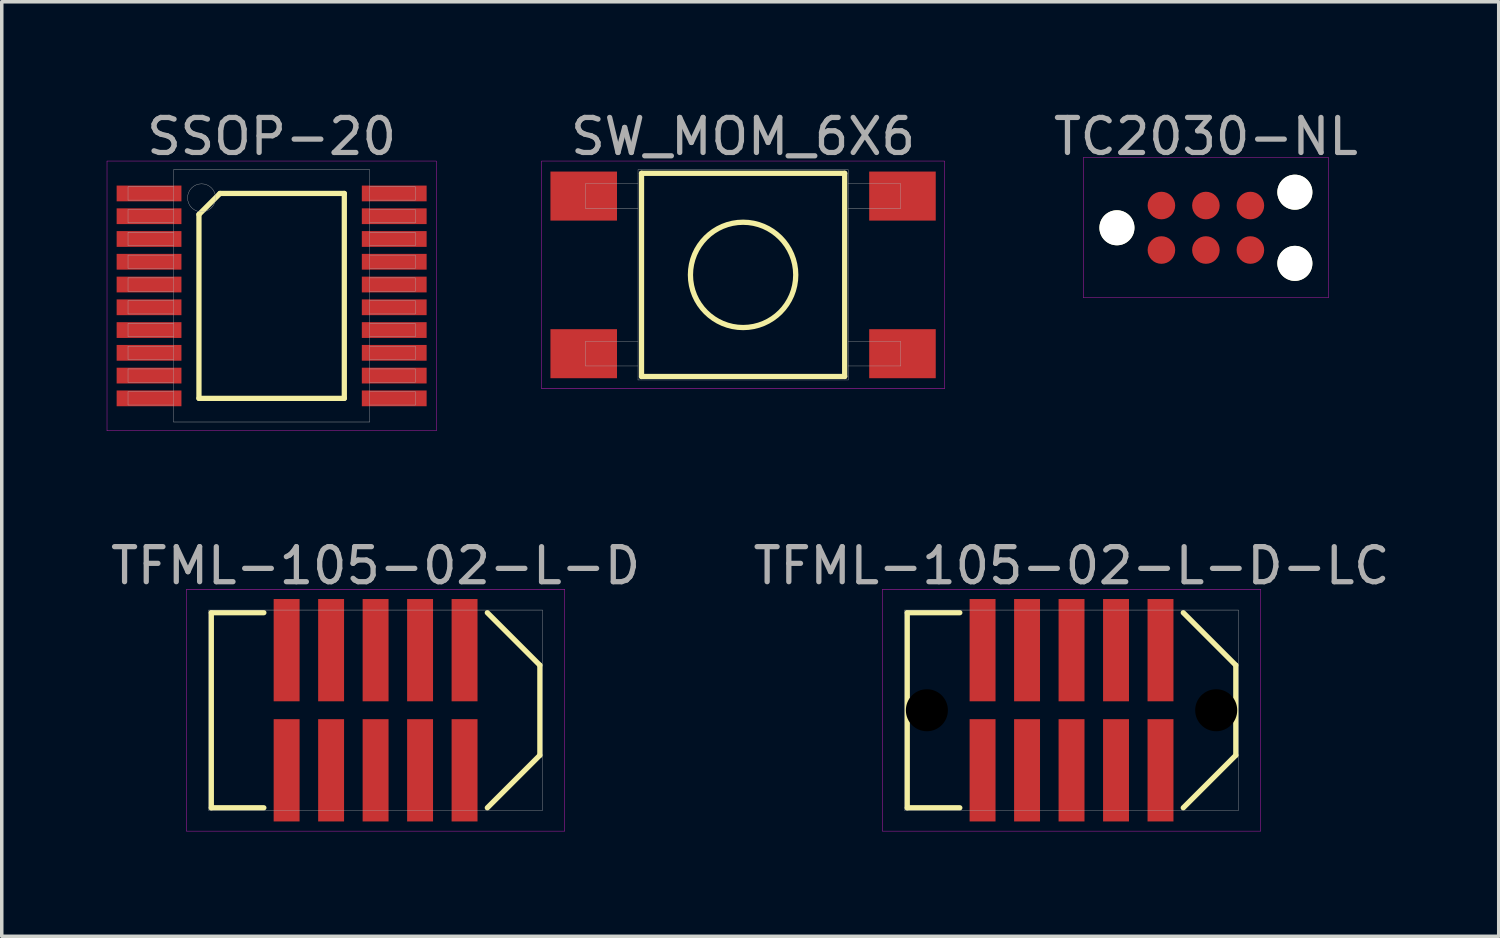
<source format=kicad_pcb>
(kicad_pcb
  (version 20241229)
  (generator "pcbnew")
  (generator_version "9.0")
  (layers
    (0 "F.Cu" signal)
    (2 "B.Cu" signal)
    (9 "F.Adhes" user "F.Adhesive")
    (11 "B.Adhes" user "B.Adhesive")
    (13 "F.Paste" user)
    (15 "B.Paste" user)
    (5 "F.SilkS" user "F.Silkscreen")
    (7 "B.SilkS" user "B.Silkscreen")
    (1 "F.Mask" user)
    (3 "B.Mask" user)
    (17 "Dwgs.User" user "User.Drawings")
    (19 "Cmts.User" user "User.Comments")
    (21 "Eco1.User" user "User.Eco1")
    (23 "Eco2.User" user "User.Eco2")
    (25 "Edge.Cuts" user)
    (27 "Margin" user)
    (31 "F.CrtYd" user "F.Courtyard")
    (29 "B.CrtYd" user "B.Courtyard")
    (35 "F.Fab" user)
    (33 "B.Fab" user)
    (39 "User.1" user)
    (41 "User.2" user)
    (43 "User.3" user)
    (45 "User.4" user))
  (footprint "TC2030-NL"
    (layer "F.Cu")
    (at 31.378 3.448)
    (property "Reference" "TC2030-NL" (at 0 -2.6 0) (layer "F.Fab") (effects (font (size 1 1) (thickness 0.15))))
    (attr through_hole)
    (fp_line (start -3.5 -2) (end 3.5 -2) (stroke (width 0.01) (type solid)) (layer "F.CrtYd"))
    (fp_line (start -3.5 2) (end -3.5 -2) (stroke (width 0.01) (type solid)) (layer "F.CrtYd"))
    (fp_line (start 3.5 -2) (end 3.5 2) (stroke (width 0.01) (type solid)) (layer "F.CrtYd"))
    (fp_line (start 3.5 2) (end -3.5 2) (stroke (width 0.01) (type solid)) (layer "F.CrtYd"))
    (pad "" np_thru_hole circle (at -2.54 0.005) (size 1 1) (drill 1) (layers "*.Cu" "*.Mask" "F.SilkS"))
    (pad "" np_thru_hole circle (at 2.54 -1.011) (size 1 1) (drill 1) (layers "*.Cu" "*.Mask" "F.SilkS"))
    (pad "" np_thru_hole circle (at 2.54 1.021) (size 1 1) (drill 1) (layers "*.Cu" "*.Mask" "F.SilkS"))
    (pad "1" smd circle (at -1.27 0.64) (size 0.787 0.787) (layers "F.Cu" "F.Mask"))
    (pad "2" smd circle (at -1.27 -0.63) (size 0.787 0.787) (layers "F.Cu" "F.Mask"))
    (pad "3" smd circle (at 0 0.64) (size 0.787 0.787) (layers "F.Cu" "F.Mask"))
    (pad "4" smd circle (at 0 -0.63) (size 0.787 0.787) (layers "F.Cu" "F.Mask"))
    (pad "5" smd circle (at 1.27 0.64) (size 0.787 0.787) (layers "F.Cu" "F.Mask"))
    (pad "6" smd circle (at 1.27 -0.63) (size 0.787 0.787) (layers "F.Cu" "F.Mask")))
  (footprint "TFML-105-02-L-D-LC"
    (layer "F.Cu")
    (at 27.542 17.227)
    (property "Reference" "TFML-105-02-L-D-LC" (at 0 -4.125 0) (layer "F.Fab") (effects (font (size 1 1) (thickness 0.15))))
    (attr through_hole)
    (fp_line (start -4.69 -2.785) (end -4.69 2.785) (stroke (width 0.15) (type solid)) (layer "F.SilkS"))
    (fp_line (start -4.69 2.785) (end -3.19 2.785) (stroke (width 0.15) (type solid)) (layer "F.SilkS"))
    (fp_line (start -3.19 -2.785) (end -4.69 -2.785) (stroke (width 0.15) (type solid)) (layer "F.SilkS"))
    (fp_line (start 3.19 2.785) (end 4.69 1.285) (stroke (width 0.15) (type solid)) (layer "F.SilkS"))
    (fp_line (start 4.69 -1.285) (end 3.19 -2.785) (stroke (width 0.15) (type solid)) (layer "F.SilkS"))
    (fp_line (start 4.69 1.285) (end 4.69 -1.285) (stroke (width 0.15) (type solid)) (layer "F.SilkS"))
    (fp_line (start -5.4 -3.45) (end 5.4 -3.45) (stroke (width 0.01) (type solid)) (layer "F.CrtYd"))
    (fp_line (start -5.4 3.45) (end -5.4 -3.45) (stroke (width 0.01) (type solid)) (layer "F.CrtYd"))
    (fp_line (start 5.4 -3.45) (end 5.4 3.45) (stroke (width 0.01) (type solid)) (layer "F.CrtYd"))
    (fp_line (start 5.4 3.45) (end -5.4 3.45) (stroke (width 0.01) (type solid)) (layer "F.CrtYd"))
    (fp_line (start -4.765 -2.86) (end 4.765 -2.86) (stroke (width 0.01) (type solid)) (layer "F.Fab"))
    (fp_line (start -4.765 2.86) (end -4.765 -2.86) (stroke (width 0.01) (type solid)) (layer "F.Fab"))
    (fp_line (start 4.765 -2.86) (end 4.765 2.86) (stroke (width 0.01) (type solid)) (layer "F.Fab"))
    (fp_line (start 4.765 2.86) (end -4.765 2.86) (stroke (width 0.01) (type solid)) (layer "F.Fab"))
    (pad "" np_thru_hole circle (at -4.13 0) (size 1.2 1.2) (drill 1.2) (layers "*.Mask"))
    (pad "" np_thru_hole circle (at 4.13 0) (size 1.2 1.2) (drill 1.2) (layers "*.Mask"))
    (pad "1" smd rect (at -2.54 1.715) (size 0.74 2.92) (layers "F.Cu" "F.Mask" "F.Paste"))
    (pad "2" smd rect (at -2.54 -1.715) (size 0.74 2.92) (layers "F.Cu" "F.Mask" "F.Paste"))
    (pad "3" smd rect (at -1.27 1.715) (size 0.74 2.92) (layers "F.Cu" "F.Mask" "F.Paste"))
    (pad "4" smd rect (at -1.27 -1.715) (size 0.74 2.92) (layers "F.Cu" "F.Mask" "F.Paste"))
    (pad "5" smd rect (at 0 1.715) (size 0.74 2.92) (layers "F.Cu" "F.Mask" "F.Paste"))
    (pad "6" smd rect (at 0 -1.715) (size 0.74 2.92) (layers "F.Cu" "F.Mask" "F.Paste"))
    (pad "7" smd rect (at 1.27 1.715) (size 0.74 2.92) (layers "F.Cu" "F.Mask" "F.Paste"))
    (pad "8" smd rect (at 1.27 -1.715) (size 0.74 2.92) (layers "F.Cu" "F.Mask" "F.Paste"))
    (pad "9" smd rect (at 2.54 1.715) (size 0.74 2.92) (layers "F.Cu" "F.Mask" "F.Paste"))
    (pad "10" smd rect (at 2.54 -1.715) (size 0.74 2.92) (layers "F.Cu" "F.Mask" "F.Paste")))
  (footprint "SSOP-20"
    (layer "F.Cu")
    (at 4.705 5.398)
    (property "Reference" "SSOP-20" (at 0 -4.55 0) (layer "F.Fab") (effects (font (size 1 1) (thickness 0.15))))
    (attr through_hole)
    (fp_line (start -2.075 -2.325) (end -1.475 -2.925) (stroke (width 0.15) (type solid)) (layer "F.SilkS"))
    (fp_line (start -2.075 2.925) (end -2.075 -2.325) (stroke (width 0.15) (type solid)) (layer "F.SilkS"))
    (fp_line (start -1.475 -2.925) (end 2.075 -2.925) (stroke (width 0.15) (type solid)) (layer "F.SilkS"))
    (fp_line (start 2.075 -2.925) (end 2.075 2.925) (stroke (width 0.15) (type solid)) (layer "F.SilkS"))
    (fp_line (start 2.075 2.925) (end -2.075 2.925) (stroke (width 0.15) (type solid)) (layer "F.SilkS"))
    (fp_line (start -4.7 -3.85) (end 4.7 -3.85) (stroke (width 0.01) (type solid)) (layer "F.CrtYd"))
    (fp_line (start -4.7 3.85) (end -4.7 -3.85) (stroke (width 0.01) (type solid)) (layer "F.CrtYd"))
    (fp_line (start 4.7 -3.85) (end 4.7 3.85) (stroke (width 0.01) (type solid)) (layer "F.CrtYd"))
    (fp_line (start 4.7 3.85) (end -4.7 3.85) (stroke (width 0.01) (type solid)) (layer "F.CrtYd"))
    (fp_line (start -4.1 -3.115) (end -2.8 -3.115) (stroke (width 0.01) (type solid)) (layer "F.Fab"))
    (fp_line (start -4.1 -2.735) (end -4.1 -3.115) (stroke (width 0.01) (type solid)) (layer "F.Fab"))
    (fp_line (start -4.1 -2.465) (end -2.8 -2.465) (stroke (width 0.01) (type solid)) (layer "F.Fab"))
    (fp_line (start -4.1 -2.085) (end -4.1 -2.465) (stroke (width 0.01) (type solid)) (layer "F.Fab"))
    (fp_line (start -4.1 -1.815) (end -2.8 -1.815) (stroke (width 0.01) (type solid)) (layer "F.Fab"))
    (fp_line (start -4.1 -1.435) (end -4.1 -1.815) (stroke (width 0.01) (type solid)) (layer "F.Fab"))
    (fp_line (start -4.1 -1.165) (end -2.8 -1.165) (stroke (width 0.01) (type solid)) (layer "F.Fab"))
    (fp_line (start -4.1 -0.785) (end -4.1 -1.165) (stroke (width 0.01) (type solid)) (layer "F.Fab"))
    (fp_line (start -4.1 -0.515) (end -2.8 -0.515) (stroke (width 0.01) (type solid)) (layer "F.Fab"))
    (fp_line (start -4.1 -0.135) (end -4.1 -0.515) (stroke (width 0.01) (type solid)) (layer "F.Fab"))
    (fp_line (start -4.1 0.135) (end -2.8 0.135) (stroke (width 0.01) (type solid)) (layer "F.Fab"))
    (fp_line (start -4.1 0.515) (end -4.1 0.135) (stroke (width 0.01) (type solid)) (layer "F.Fab"))
    (fp_line (start -4.1 0.785) (end -2.8 0.785) (stroke (width 0.01) (type solid)) (layer "F.Fab"))
    (fp_line (start -4.1 1.165) (end -4.1 0.785) (stroke (width 0.01) (type solid)) (layer "F.Fab"))
    (fp_line (start -4.1 1.435) (end -2.8 1.435) (stroke (width 0.01) (type solid)) (layer "F.Fab"))
    (fp_line (start -4.1 1.815) (end -4.1 1.435) (stroke (width 0.01) (type solid)) (layer "F.Fab"))
    (fp_line (start -4.1 2.085) (end -2.8 2.085) (stroke (width 0.01) (type solid)) (layer "F.Fab"))
    (fp_line (start -4.1 2.465) (end -4.1 2.085) (stroke (width 0.01) (type solid)) (layer "F.Fab"))
    (fp_line (start -4.1 2.735) (end -2.8 2.735) (stroke (width 0.01) (type solid)) (layer "F.Fab"))
    (fp_line (start -4.1 3.115) (end -4.1 2.735) (stroke (width 0.01) (type solid)) (layer "F.Fab"))
    (fp_line (start -2.8 -3.6) (end 2.8 -3.6) (stroke (width 0.01) (type solid)) (layer "F.Fab"))
    (fp_line (start -2.8 -2.735) (end -4.1 -2.735) (stroke (width 0.01) (type solid)) (layer "F.Fab"))
    (fp_line (start -2.8 -2.085) (end -4.1 -2.085) (stroke (width 0.01) (type solid)) (layer "F.Fab"))
    (fp_line (start -2.8 -1.435) (end -4.1 -1.435) (stroke (width 0.01) (type solid)) (layer "F.Fab"))
    (fp_line (start -2.8 -0.785) (end -4.1 -0.785) (stroke (width 0.01) (type solid)) (layer "F.Fab"))
    (fp_line (start -2.8 -0.135) (end -4.1 -0.135) (stroke (width 0.01) (type solid)) (layer "F.Fab"))
    (fp_line (start -2.8 0.515) (end -4.1 0.515) (stroke (width 0.01) (type solid)) (layer "F.Fab"))
    (fp_line (start -2.8 1.165) (end -4.1 1.165) (stroke (width 0.01) (type solid)) (layer "F.Fab"))
    (fp_line (start -2.8 1.815) (end -4.1 1.815) (stroke (width 0.01) (type solid)) (layer "F.Fab"))
    (fp_line (start -2.8 2.465) (end -4.1 2.465) (stroke (width 0.01) (type solid)) (layer "F.Fab"))
    (fp_line (start -2.8 3.115) (end -4.1 3.115) (stroke (width 0.01) (type solid)) (layer "F.Fab"))
    (fp_line (start -2.8 3.6) (end -2.8 -3.6) (stroke (width 0.01) (type solid)) (layer "F.Fab"))
    (fp_line (start 2.8 -3.6) (end 2.8 3.6) (stroke (width 0.01) (type solid)) (layer "F.Fab"))
    (fp_line (start 2.8 -3.115) (end 4.1 -3.115) (stroke (width 0.01) (type solid)) (layer "F.Fab"))
    (fp_line (start 2.8 -2.465) (end 4.1 -2.465) (stroke (width 0.01) (type solid)) (layer "F.Fab"))
    (fp_line (start 2.8 -1.815) (end 4.1 -1.815) (stroke (width 0.01) (type solid)) (layer "F.Fab"))
    (fp_line (start 2.8 -1.165) (end 4.1 -1.165) (stroke (width 0.01) (type solid)) (layer "F.Fab"))
    (fp_line (start 2.8 -0.515) (end 4.1 -0.515) (stroke (width 0.01) (type solid)) (layer "F.Fab"))
    (fp_line (start 2.8 0.135) (end 4.1 0.135) (stroke (width 0.01) (type solid)) (layer "F.Fab"))
    (fp_line (start 2.8 0.785) (end 4.1 0.785) (stroke (width 0.01) (type solid)) (layer "F.Fab"))
    (fp_line (start 2.8 1.435) (end 4.1 1.435) (stroke (width 0.01) (type solid)) (layer "F.Fab"))
    (fp_line (start 2.8 2.085) (end 4.1 2.085) (stroke (width 0.01) (type solid)) (layer "F.Fab"))
    (fp_line (start 2.8 2.735) (end 4.1 2.735) (stroke (width 0.01) (type solid)) (layer "F.Fab"))
    (fp_line (start 2.8 3.6) (end -2.8 3.6) (stroke (width 0.01) (type solid)) (layer "F.Fab"))
    (fp_line (start 4.1 -3.115) (end 4.1 -2.735) (stroke (width 0.01) (type solid)) (layer "F.Fab"))
    (fp_line (start 4.1 -2.735) (end 2.8 -2.735) (stroke (width 0.01) (type solid)) (layer "F.Fab"))
    (fp_line (start 4.1 -2.465) (end 4.1 -2.085) (stroke (width 0.01) (type solid)) (layer "F.Fab"))
    (fp_line (start 4.1 -2.085) (end 2.8 -2.085) (stroke (width 0.01) (type solid)) (layer "F.Fab"))
    (fp_line (start 4.1 -1.815) (end 4.1 -1.435) (stroke (width 0.01) (type solid)) (layer "F.Fab"))
    (fp_line (start 4.1 -1.435) (end 2.8 -1.435) (stroke (width 0.01) (type solid)) (layer "F.Fab"))
    (fp_line (start 4.1 -1.165) (end 4.1 -0.785) (stroke (width 0.01) (type solid)) (layer "F.Fab"))
    (fp_line (start 4.1 -0.785) (end 2.8 -0.785) (stroke (width 0.01) (type solid)) (layer "F.Fab"))
    (fp_line (start 4.1 -0.515) (end 4.1 -0.135) (stroke (width 0.01) (type solid)) (layer "F.Fab"))
    (fp_line (start 4.1 -0.135) (end 2.8 -0.135) (stroke (width 0.01) (type solid)) (layer "F.Fab"))
    (fp_line (start 4.1 0.135) (end 4.1 0.515) (stroke (width 0.01) (type solid)) (layer "F.Fab"))
    (fp_line (start 4.1 0.515) (end 2.8 0.515) (stroke (width 0.01) (type solid)) (layer "F.Fab"))
    (fp_line (start 4.1 0.785) (end 4.1 1.165) (stroke (width 0.01) (type solid)) (layer "F.Fab"))
    (fp_line (start 4.1 1.165) (end 2.8 1.165) (stroke (width 0.01) (type solid)) (layer "F.Fab"))
    (fp_line (start 4.1 1.435) (end 4.1 1.815) (stroke (width 0.01) (type solid)) (layer "F.Fab"))
    (fp_line (start 4.1 1.815) (end 2.8 1.815) (stroke (width 0.01) (type solid)) (layer "F.Fab"))
    (fp_line (start 4.1 2.085) (end 4.1 2.465) (stroke (width 0.01) (type solid)) (layer "F.Fab"))
    (fp_line (start 4.1 2.465) (end 2.8 2.465) (stroke (width 0.01) (type solid)) (layer "F.Fab"))
    (fp_line (start 4.1 2.735) (end 4.1 3.115) (stroke (width 0.01) (type solid)) (layer "F.Fab"))
    (fp_line (start 4.1 3.115) (end 2.8 3.115) (stroke (width 0.01) (type solid)) (layer "F.Fab"))
    (fp_circle (center -2 -2.8) (end -2 -2.4) (stroke (width 0.01) (type solid)) (fill no) (layer "F.Fab"))
    (pad "1" smd rect (at -3.5 -2.925) (size 1.85 0.45) (layers "F.Cu" "F.Mask" "F.Paste"))
    (pad "2" smd rect (at -3.5 -2.275) (size 1.85 0.45) (layers "F.Cu" "F.Mask" "F.Paste"))
    (pad "3" smd rect (at -3.5 -1.625) (size 1.85 0.45) (layers "F.Cu" "F.Mask" "F.Paste"))
    (pad "4" smd rect (at -3.5 -0.975) (size 1.85 0.45) (layers "F.Cu" "F.Mask" "F.Paste"))
    (pad "5" smd rect (at -3.5 -0.325) (size 1.85 0.45) (layers "F.Cu" "F.Mask" "F.Paste"))
    (pad "6" smd rect (at -3.5 0.325) (size 1.85 0.45) (layers "F.Cu" "F.Mask" "F.Paste"))
    (pad "7" smd rect (at -3.5 0.975) (size 1.85 0.45) (layers "F.Cu" "F.Mask" "F.Paste"))
    (pad "8" smd rect (at -3.5 1.625) (size 1.85 0.45) (layers "F.Cu" "F.Mask" "F.Paste"))
    (pad "9" smd rect (at -3.5 2.275) (size 1.85 0.45) (layers "F.Cu" "F.Mask" "F.Paste"))
    (pad "10" smd rect (at -3.5 2.925) (size 1.85 0.45) (layers "F.Cu" "F.Mask" "F.Paste"))
    (pad "11" smd rect (at 3.5 2.925) (size 1.85 0.45) (layers "F.Cu" "F.Mask" "F.Paste"))
    (pad "12" smd rect (at 3.5 2.275) (size 1.85 0.45) (layers "F.Cu" "F.Mask" "F.Paste"))
    (pad "13" smd rect (at 3.5 1.625) (size 1.85 0.45) (layers "F.Cu" "F.Mask" "F.Paste"))
    (pad "14" smd rect (at 3.5 0.975) (size 1.85 0.45) (layers "F.Cu" "F.Mask" "F.Paste"))
    (pad "15" smd rect (at 3.5 0.325) (size 1.85 0.45) (layers "F.Cu" "F.Mask" "F.Paste"))
    (pad "16" smd rect (at 3.5 -0.325) (size 1.85 0.45) (layers "F.Cu" "F.Mask" "F.Paste"))
    (pad "17" smd rect (at 3.5 -0.975) (size 1.85 0.45) (layers "F.Cu" "F.Mask" "F.Paste"))
    (pad "18" smd rect (at 3.5 -1.625) (size 1.85 0.45) (layers "F.Cu" "F.Mask" "F.Paste"))
    (pad "19" smd rect (at 3.5 -2.275) (size 1.85 0.45) (layers "F.Cu" "F.Mask" "F.Paste"))
    (pad "20" smd rect (at 3.5 -2.925) (size 1.85 0.45) (layers "F.Cu" "F.Mask" "F.Paste")))
  (footprint "TFML-105-02-L-D"
    (layer "F.Cu")
    (at 7.673 17.227)
    (property "Reference" "TFML-105-02-L-D" (at 0 -4.125 0) (layer "F.Fab") (effects (font (size 1 1) (thickness 0.15))))
    (attr through_hole)
    (fp_line (start -4.69 -2.785) (end -4.69 2.785) (stroke (width 0.15) (type solid)) (layer "F.SilkS"))
    (fp_line (start -4.69 2.785) (end -3.19 2.785) (stroke (width 0.15) (type solid)) (layer "F.SilkS"))
    (fp_line (start -3.19 -2.785) (end -4.69 -2.785) (stroke (width 0.15) (type solid)) (layer "F.SilkS"))
    (fp_line (start 3.19 2.785) (end 4.69 1.285) (stroke (width 0.15) (type solid)) (layer "F.SilkS"))
    (fp_line (start 4.69 -1.285) (end 3.19 -2.785) (stroke (width 0.15) (type solid)) (layer "F.SilkS"))
    (fp_line (start 4.69 1.285) (end 4.69 -1.285) (stroke (width 0.15) (type solid)) (layer "F.SilkS"))
    (fp_line (start -5.4 -3.45) (end 5.4 -3.45) (stroke (width 0.01) (type solid)) (layer "F.CrtYd"))
    (fp_line (start -5.4 3.45) (end -5.4 -3.45) (stroke (width 0.01) (type solid)) (layer "F.CrtYd"))
    (fp_line (start 5.4 -3.45) (end 5.4 3.45) (stroke (width 0.01) (type solid)) (layer "F.CrtYd"))
    (fp_line (start 5.4 3.45) (end -5.4 3.45) (stroke (width 0.01) (type solid)) (layer "F.CrtYd"))
    (fp_line (start -4.765 -2.86) (end 4.765 -2.86) (stroke (width 0.01) (type solid)) (layer "F.Fab"))
    (fp_line (start -4.765 2.86) (end -4.765 -2.86) (stroke (width 0.01) (type solid)) (layer "F.Fab"))
    (fp_line (start 4.765 -2.86) (end 4.765 2.86) (stroke (width 0.01) (type solid)) (layer "F.Fab"))
    (fp_line (start 4.765 2.86) (end -4.765 2.86) (stroke (width 0.01) (type solid)) (layer "F.Fab"))
    (pad "1" smd rect (at -2.54 1.715) (size 0.74 2.92) (layers "F.Cu" "F.Mask" "F.Paste"))
    (pad "2" smd rect (at -2.54 -1.715) (size 0.74 2.92) (layers "F.Cu" "F.Mask" "F.Paste"))
    (pad "3" smd rect (at -1.27 1.715) (size 0.74 2.92) (layers "F.Cu" "F.Mask" "F.Paste"))
    (pad "4" smd rect (at -1.27 -1.715) (size 0.74 2.92) (layers "F.Cu" "F.Mask" "F.Paste"))
    (pad "5" smd rect (at 0 1.715) (size 0.74 2.92) (layers "F.Cu" "F.Mask" "F.Paste"))
    (pad "6" smd rect (at 0 -1.715) (size 0.74 2.92) (layers "F.Cu" "F.Mask" "F.Paste"))
    (pad "7" smd rect (at 1.27 1.715) (size 0.74 2.92) (layers "F.Cu" "F.Mask" "F.Paste"))
    (pad "8" smd rect (at 1.27 -1.715) (size 0.74 2.92) (layers "F.Cu" "F.Mask" "F.Paste"))
    (pad "9" smd rect (at 2.54 1.715) (size 0.74 2.92) (layers "F.Cu" "F.Mask" "F.Paste"))
    (pad "10" smd rect (at 2.54 -1.715) (size 0.74 2.92) (layers "F.Cu" "F.Mask" "F.Paste")))
  (footprint "SW_MOM_6X6"
    (layer "F.Cu")
    (at 18.165 4.798)
    (property "Reference" "SW_MOM_6X6" (at 0 -3.95 0) (layer "F.Fab") (effects (font (size 1 1) (thickness 0.15))))
    (attr through_hole)
    (fp_line (start -2.9 -2.9) (end -2.9 2.9) (stroke (width 0.15) (type solid)) (layer "F.SilkS"))
    (fp_line (start -2.9 2.9) (end 2.9 2.9) (stroke (width 0.15) (type solid)) (layer "F.SilkS"))
    (fp_line (start 2.9 -2.9) (end -2.9 -2.9) (stroke (width 0.15) (type solid)) (layer "F.SilkS"))
    (fp_line (start 2.9 2.9) (end 2.9 -2.9) (stroke (width 0.15) (type solid)) (layer "F.SilkS"))
    (fp_circle (center 0 0) (end 1.5 -0.1) (stroke (width 0.15) (type solid)) (fill no) (layer "F.SilkS"))
    (fp_line (start -5.75 -3.25) (end 5.75 -3.25) (stroke (width 0.01) (type solid)) (layer "F.CrtYd"))
    (fp_line (start -5.75 3.25) (end -5.75 -3.25) (stroke (width 0.01) (type solid)) (layer "F.CrtYd"))
    (fp_line (start 5.75 -3.25) (end 5.75 3.25) (stroke (width 0.01) (type solid)) (layer "F.CrtYd"))
    (fp_line (start 5.75 3.25) (end -5.75 3.25) (stroke (width 0.01) (type solid)) (layer "F.CrtYd"))
    (fp_line (start -4.5 -2.6) (end -3 -2.6) (stroke (width 0.01) (type solid)) (layer "F.Fab"))
    (fp_line (start -4.5 -1.9) (end -4.5 -2.6) (stroke (width 0.01) (type solid)) (layer "F.Fab"))
    (fp_line (start -4.5 1.9) (end -3 1.9) (stroke (width 0.01) (type solid)) (layer "F.Fab"))
    (fp_line (start -4.5 2.6) (end -4.5 1.9) (stroke (width 0.01) (type solid)) (layer "F.Fab"))
    (fp_line (start -3 -3) (end 3 -3) (stroke (width 0.01) (type solid)) (layer "F.Fab"))
    (fp_line (start -3 -1.9) (end -4.5 -1.9) (stroke (width 0.01) (type solid)) (layer "F.Fab"))
    (fp_line (start -3 2.6) (end -4.5 2.6) (stroke (width 0.01) (type solid)) (layer "F.Fab"))
    (fp_line (start -3 3) (end -3 -3) (stroke (width 0.01) (type solid)) (layer "F.Fab"))
    (fp_line (start 3 -3) (end 3 3) (stroke (width 0.01) (type solid)) (layer "F.Fab"))
    (fp_line (start 3 -2.6) (end 4.5 -2.6) (stroke (width 0.01) (type solid)) (layer "F.Fab"))
    (fp_line (start 3 1.9) (end 4.5 1.9) (stroke (width 0.01) (type solid)) (layer "F.Fab"))
    (fp_line (start 3 3) (end -3 3) (stroke (width 0.01) (type solid)) (layer "F.Fab"))
    (fp_line (start 4.5 -2.6) (end 4.5 -1.9) (stroke (width 0.01) (type solid)) (layer "F.Fab"))
    (fp_line (start 4.5 -1.9) (end 3 -1.9) (stroke (width 0.01) (type solid)) (layer "F.Fab"))
    (fp_line (start 4.5 1.9) (end 4.5 2.6) (stroke (width 0.01) (type solid)) (layer "F.Fab"))
    (fp_line (start 4.5 2.6) (end 3 2.6) (stroke (width 0.01) (type solid)) (layer "F.Fab"))
    (pad "1" smd rect (at -4.55 -2.25) (size 1.9 1.4) (layers "F.Cu" "F.Mask" "F.Paste"))
    (pad "1" smd rect (at 4.55 -2.25) (size 1.9 1.4) (layers "F.Cu" "F.Mask" "F.Paste"))
    (pad "2" smd rect (at -4.55 2.25) (size 1.9 1.4) (layers "F.Cu" "F.Mask" "F.Paste"))
    (pad "2" smd rect (at 4.55 2.25) (size 1.9 1.4) (layers "F.Cu" "F.Mask" "F.Paste")))
  (gr_rect
    (start -3 -3)
    (end 39.738 23.681)
    (stroke (width 0.1) (type default))
    (fill no)
    (layer "Edge.Cuts")))
</source>
